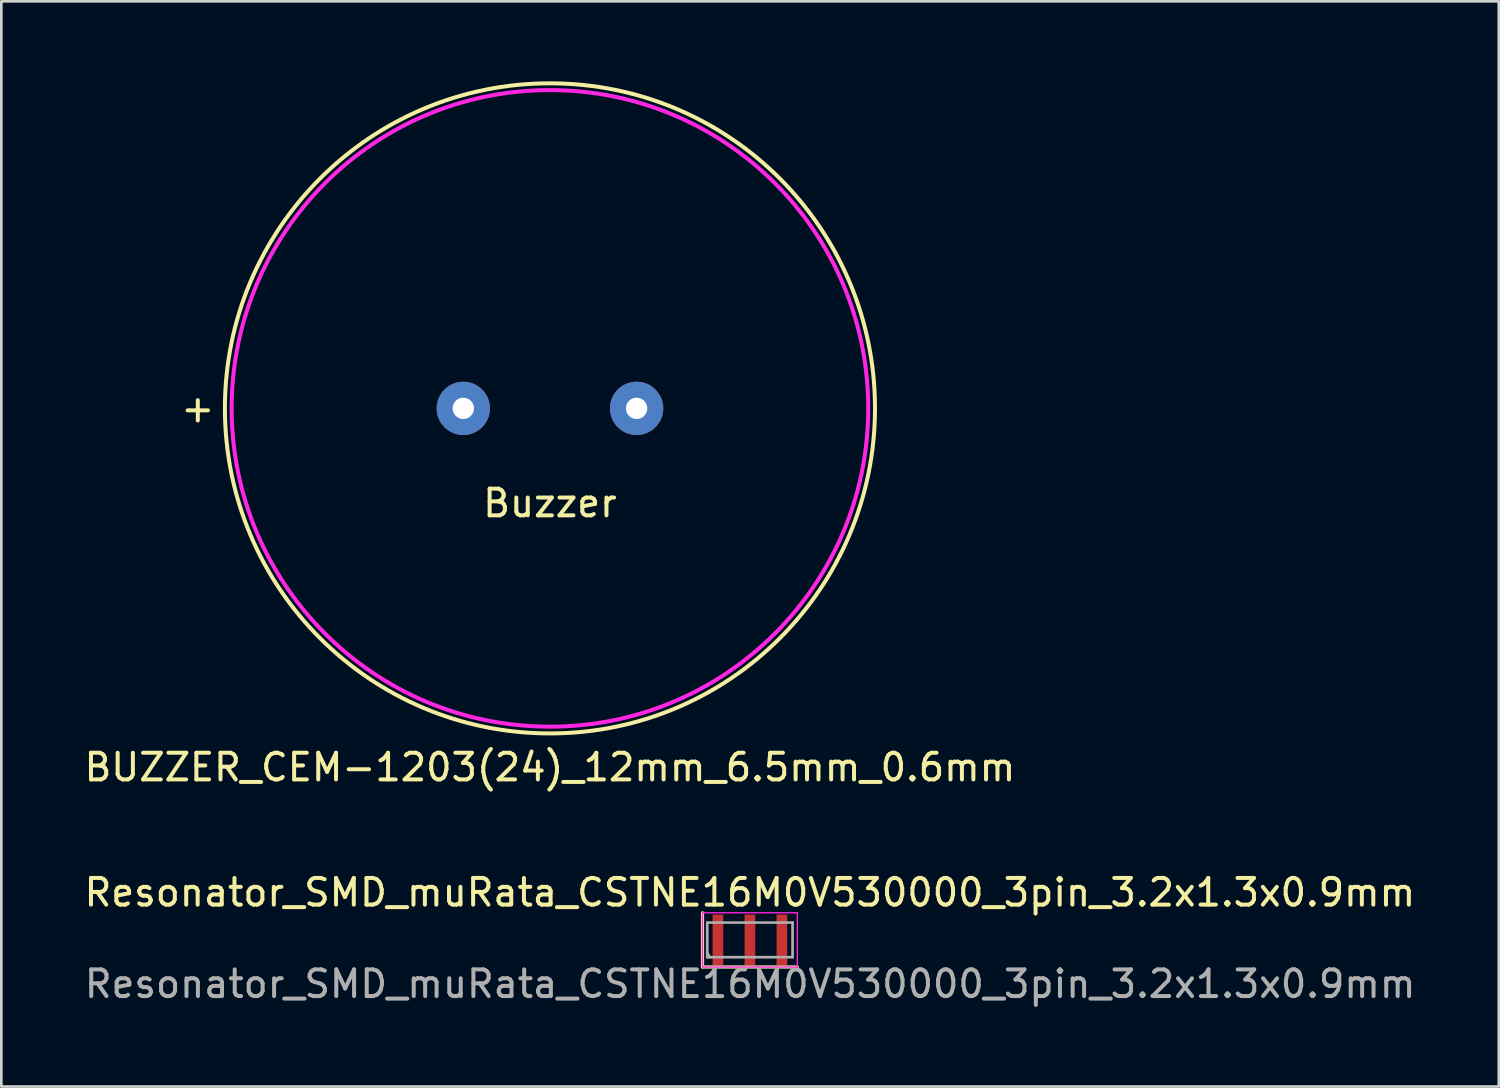
<source format=kicad_pcb>
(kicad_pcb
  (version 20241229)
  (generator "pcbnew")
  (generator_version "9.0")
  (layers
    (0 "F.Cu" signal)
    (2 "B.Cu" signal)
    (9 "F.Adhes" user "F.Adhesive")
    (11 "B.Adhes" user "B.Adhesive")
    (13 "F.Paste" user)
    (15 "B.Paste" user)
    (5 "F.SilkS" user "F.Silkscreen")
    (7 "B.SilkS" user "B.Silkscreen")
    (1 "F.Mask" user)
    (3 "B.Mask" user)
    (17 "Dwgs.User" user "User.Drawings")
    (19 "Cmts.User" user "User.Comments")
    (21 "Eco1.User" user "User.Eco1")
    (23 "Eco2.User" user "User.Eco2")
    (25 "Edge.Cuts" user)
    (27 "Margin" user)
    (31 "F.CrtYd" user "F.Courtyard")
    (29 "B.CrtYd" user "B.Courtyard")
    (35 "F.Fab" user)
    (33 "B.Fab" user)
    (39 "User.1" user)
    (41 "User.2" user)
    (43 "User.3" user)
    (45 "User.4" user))
  (footprint "Resonator_SMD_muRata_CSTNE16M0V530000_3pin_3.2x1.3x0.9mm"
    (layer "F.Cu")
    (at 25.077 32.203)
    (property "Reference" "Resonator_SMD_muRata_CSTNE16M0V530000_3pin_3.2x1.3x0.9mm" (at 0 -1.778 0) (layer "F.SilkS") (effects (font (size 1 1) (thickness 0.15))))
    (attr smd)
    (fp_line (start -1.778 -1.016) (end -1.778 1.016) (stroke (width 0.12) (type solid)) (layer "F.SilkS"))
    (fp_line (start -1.778 1.016) (end 1.778 1.016) (stroke (width 0.12) (type solid)) (layer "F.SilkS"))
    (fp_line (start -1.778 -1.016) (end -1.778 1.016) (stroke (width 0.05) (type solid)) (layer "F.CrtYd"))
    (fp_line (start -1.778 1.016) (end 1.778 1.016) (stroke (width 0.05) (type solid)) (layer "F.CrtYd"))
    (fp_line (start 1.778 -1.016) (end -1.778 -1.016) (stroke (width 0.05) (type solid)) (layer "F.CrtYd"))
    (fp_line (start 1.778 1.016) (end 1.778 -1.016) (stroke (width 0.05) (type solid)) (layer "F.CrtYd"))
    (fp_line (start -1.6 -0.65) (end -1.6 0.65) (stroke (width 0.1) (type solid)) (layer "F.Fab"))
    (fp_line (start -1.6 0.5) (end -1.5 0.65) (stroke (width 0.1) (type solid)) (layer "F.Fab"))
    (fp_line (start -1.6 0.65) (end 1.6 0.65) (stroke (width 0.1) (type solid)) (layer "F.Fab"))
    (fp_line (start 1.6 -0.65) (end -1.6 -0.65) (stroke (width 0.1) (type solid)) (layer "F.Fab"))
    (fp_line (start 1.6 -0.65) (end 1.6 0.65) (stroke (width 0.1) (type solid)) (layer "F.Fab"))
    (fp_text user "${REFERENCE}" (at 0.01 1.651 0) (layer "F.Fab") (effects (font (size 1 1) (thickness 0.15))))
    (pad "1" smd rect (at -1.2 0) (size 0.4 1.9) (layers "F.Cu" "F.Mask" "F.Paste"))
    (pad "2" smd rect (at 0 0) (size 0.4 1.9) (layers "F.Cu" "F.Mask" "F.Paste"))
    (pad "3" smd rect (at 1.2 0) (size 0.4 1.9) (layers "F.Cu" "F.Mask" "F.Paste")))
  (footprint "BUZZER_CEM-1203(24)_12mm_6.5mm_0.6mm"
    (layer "F.Cu")
    (at 17.577 12.267)
    (property "Reference" "BUZZER_CEM-1203(24)_12mm_6.5mm_0.6mm" (at 0 13.462 0) (layer "F.SilkS") (effects (font (size 1 1) (thickness 0.15))))
    (attr through_hole)
    (fp_circle (center 0 0) (end 12.192 0) (stroke (width 0.15) (type solid)) (fill no) (layer "F.SilkS"))
    (fp_circle (center 0 0) (end 11.938 0) (stroke (width 0.15) (type solid)) (fill no) (layer "F.CrtYd"))
    (fp_text user "+" (at -13.208 0 0) (layer "F.SilkS") (effects (font (size 1 1) (thickness 0.15))))
    (fp_text user "Buzzer" (at 0 3.556 0) (layer "F.SilkS") (effects (font (size 1 1) (thickness 0.15))))
    (pad "1" thru_hole circle (at -3.25 0) (size 2 2) (drill 0.8) (layers "*.Cu" "*.Mask"))
    (pad "2" thru_hole circle (at 3.25 0) (size 2 2) (drill 0.8) (layers "*.Cu" "*.Mask")))
  (gr_rect
    (start -3 -3)
    (end 53.165 37.703)
    (stroke (width 0.1) (type default))
    (fill no)
    (layer "Edge.Cuts")))
</source>
